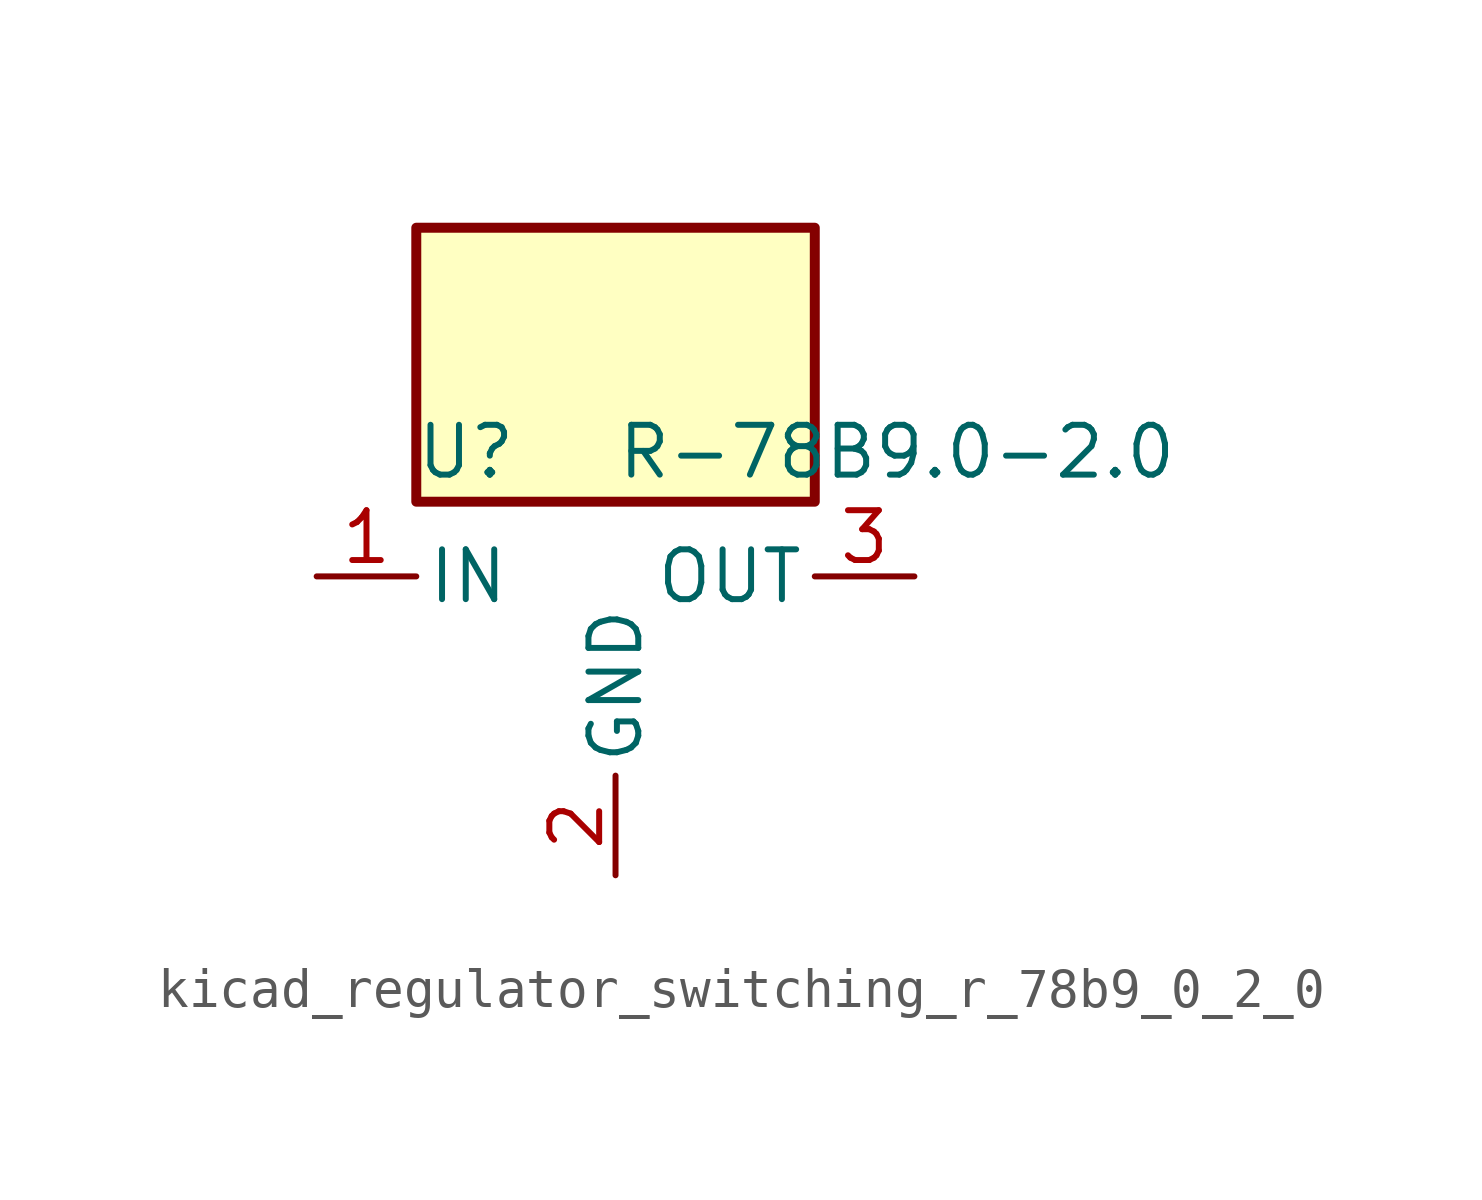
<source format=kicad_sym>
(kicad_symbol_lib
  (version 20220914)
  (generator kicad_symbol_editor)
  (symbol "kicad_regulator_switching_r_78b9_0_2_0"
    (pin_names
      (offset 0.254))
    (property "Reference" "U"
      (at -3.81 3.175 0)
      (effects (font (size 1.27 1.27))))
    (property "Value" "R-78B9.0-2.0"
      (at 0 3.175 0)
      (effects (font (size 1.27 1.27)) (justify left)))
    (symbol "kicad_regulator_switching_r_78b9_0_2_0_0_1"
      (rectangle (start 5.08 8.89) (end -5.08 1.905) (stroke (width 0.254) (type default)) (fill (type background))))
    (symbol "kicad_regulator_switching_r_78b9_0_2_0_1_1"
      (pin power_in line (at -7.62 0 0) (length 2.54) (name "IN" (effects (font (size 1.27 1.27)))) (number "1" (effects (font (size 1.27 1.27)))))
      (pin power_in line (at 0 -7.62 90) (length 2.54) (name "GND" (effects (font (size 1.27 1.27)))) (number "2" (effects (font (size 1.27 1.27)))))
      (pin power_out line (at 7.62 0 180) (length 2.54) (name "OUT" (effects (font (size 1.27 1.27)))) (number "3" (effects (font (size 1.27 1.27))))))))
</source>
